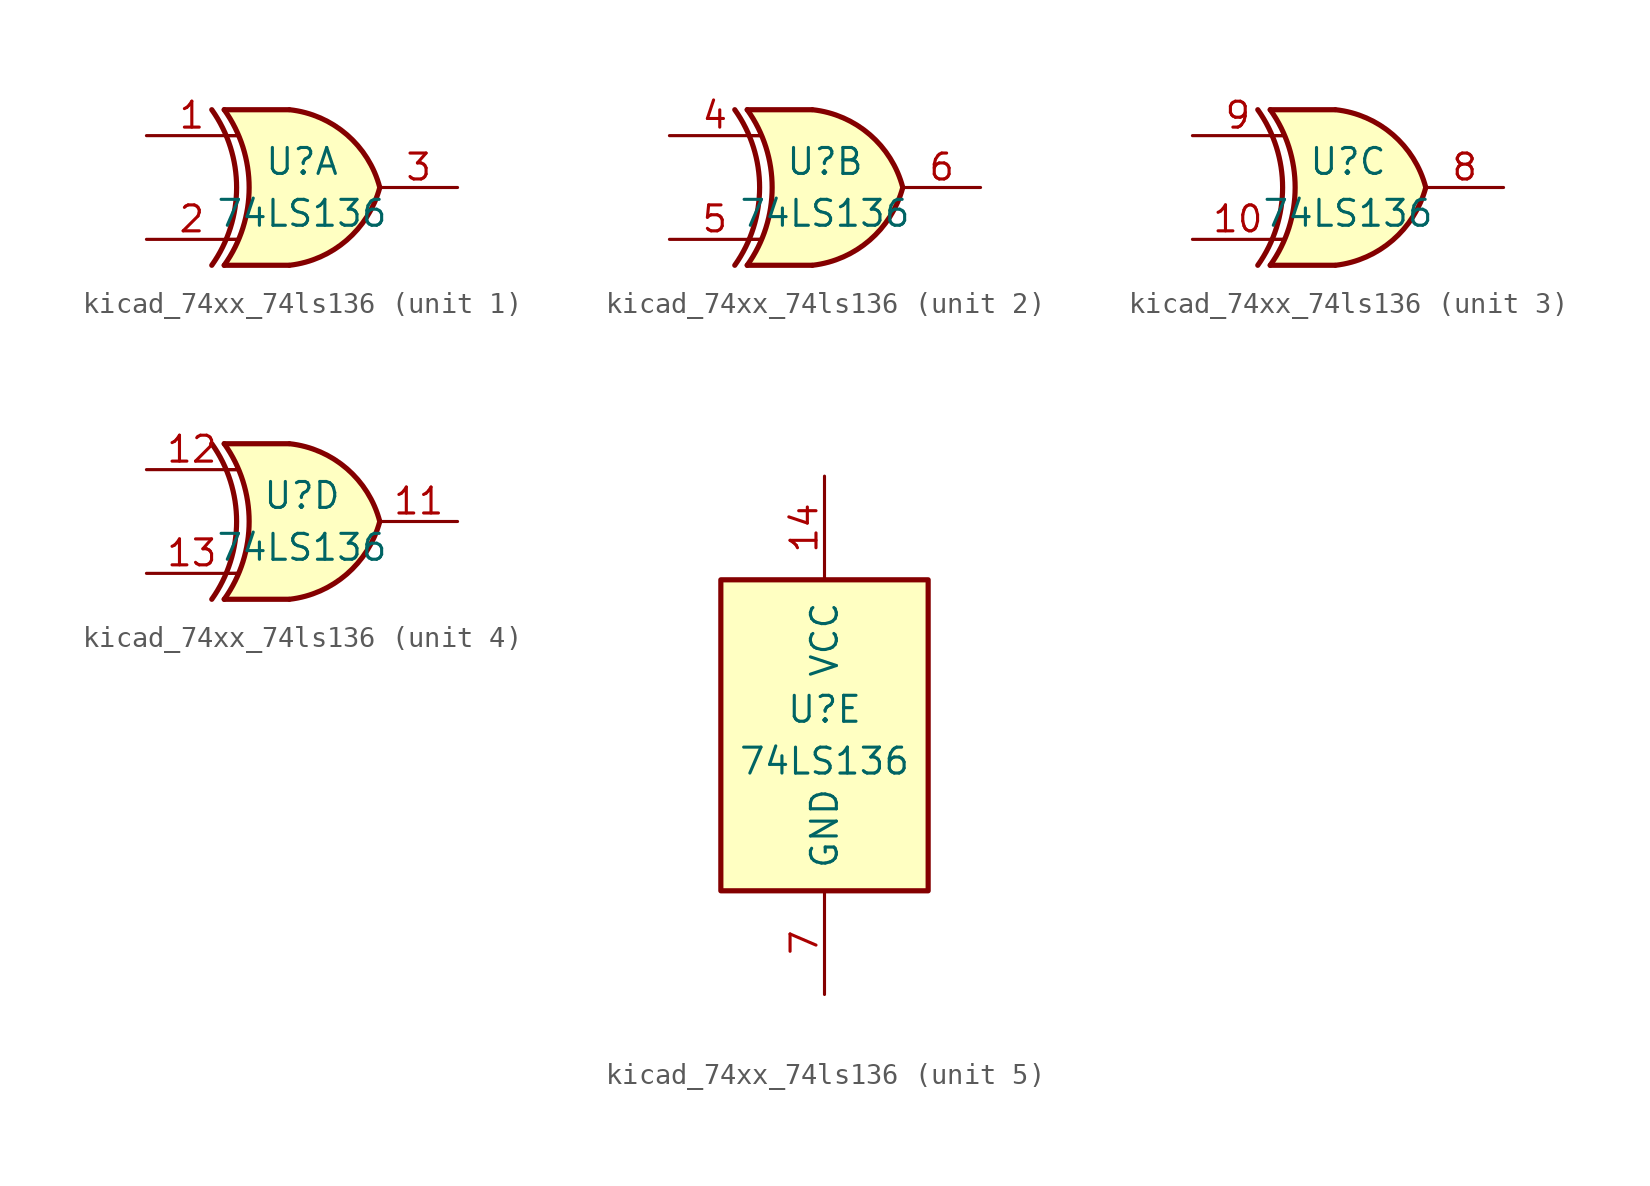
<source format=kicad_sym>
(kicad_symbol_lib
  (version 20220914)
  (generator kicad_symbol_editor)
  (symbol "kicad_74xx_74ls136"
    (pin_names
      (offset 1.016))
    (property "Reference" "U"
      (at 0 1.27 0)
      (effects (font (size 1.27 1.27))))
    (property "Value" "74LS136"
      (at 0 -1.27 0)
      (effects (font (size 1.27 1.27))))
    (property "ki_locked" ""
      (at 0 0 0)
      (effects (font (size 1.27 1.27))))
    (symbol "kicad_74xx_74ls136_1_0"
      (arc (start -4.4196 -3.81) (mid -3.2033 0) (end -4.4196 3.81) (stroke (width 0.254) (type default)) (fill (type none)))
      (arc (start -3.81 -3.81) (mid -2.589 0) (end -3.81 3.81) (stroke (width 0.254) (type default)) (fill (type none)))
      (arc (start -0.6096 -3.81) (mid 2.1842 -2.5851) (end 3.81 0) (stroke (width 0.254) (type default)) (fill (type background)))
      (polyline (pts (xy -3.81 -3.81) (xy -0.635 -3.81)) (stroke (width 0.254) (type default)) (fill (type background)))
      (polyline (pts (xy -3.81 3.81) (xy -0.635 3.81)) (stroke (width 0.254) (type default)) (fill (type background)))
      (polyline (pts (xy -0.635 3.81) (xy -3.81 3.81) (xy -3.81 3.81) (xy -3.556 3.404) (xy -3.023 2.261) (xy -2.692 1.041) (xy -2.616 -0.254) (xy -2.769 -1.499) (xy -3.175 -2.718) (xy -3.81 -3.81) (xy -3.81 -3.81) (xy -0.635 -3.81)) (stroke (width -25.4) (type default)) (fill (type background)))
      (arc (start 3.81 0) (mid 2.1915 2.5936) (end -0.6096 3.81) (stroke (width 0.254) (type default)) (fill (type background)))
      (pin input line (at -7.62 2.54 0) (length 4.445) (name "~" (effects (font (size 1.27 1.27)))) (number "1" (effects (font (size 1.27 1.27)))))
      (pin input line (at -7.62 -2.54 0) (length 4.445) (name "~" (effects (font (size 1.27 1.27)))) (number "2" (effects (font (size 1.27 1.27)))))
      (pin open_collector line (at 7.62 0 180) (length 3.81) (name "~" (effects (font (size 1.27 1.27)))) (number "3" (effects (font (size 1.27 1.27))))))
    (symbol "kicad_74xx_74ls136_1_1"
      (polyline (pts (xy -3.81 -2.54) (xy -3.175 -2.54)) (stroke (width 0.152) (type default)) (fill (type none)))
      (polyline (pts (xy -3.81 2.54) (xy -3.175 2.54)) (stroke (width 0.152) (type default)) (fill (type none))))
    (symbol "kicad_74xx_74ls136_2_0"
      (arc (start -4.4196 -3.81) (mid -3.2033 0) (end -4.4196 3.81) (stroke (width 0.254) (type default)) (fill (type none)))
      (arc (start -3.81 -3.81) (mid -2.589 0) (end -3.81 3.81) (stroke (width 0.254) (type default)) (fill (type none)))
      (arc (start -0.6096 -3.81) (mid 2.1842 -2.5851) (end 3.81 0) (stroke (width 0.254) (type default)) (fill (type background)))
      (polyline (pts (xy -3.81 -3.81) (xy -0.635 -3.81)) (stroke (width 0.254) (type default)) (fill (type background)))
      (polyline (pts (xy -3.81 3.81) (xy -0.635 3.81)) (stroke (width 0.254) (type default)) (fill (type background)))
      (polyline (pts (xy -0.635 3.81) (xy -3.81 3.81) (xy -3.81 3.81) (xy -3.556 3.404) (xy -3.023 2.261) (xy -2.692 1.041) (xy -2.616 -0.254) (xy -2.769 -1.499) (xy -3.175 -2.718) (xy -3.81 -3.81) (xy -3.81 -3.81) (xy -0.635 -3.81)) (stroke (width -25.4) (type default)) (fill (type background)))
      (arc (start 3.81 0) (mid 2.1915 2.5936) (end -0.6096 3.81) (stroke (width 0.254) (type default)) (fill (type background)))
      (pin input line (at -7.62 2.54 0) (length 4.445) (name "~" (effects (font (size 1.27 1.27)))) (number "4" (effects (font (size 1.27 1.27)))))
      (pin input line (at -7.62 -2.54 0) (length 4.445) (name "~" (effects (font (size 1.27 1.27)))) (number "5" (effects (font (size 1.27 1.27)))))
      (pin open_collector line (at 7.62 0 180) (length 3.81) (name "~" (effects (font (size 1.27 1.27)))) (number "6" (effects (font (size 1.27 1.27))))))
    (symbol "kicad_74xx_74ls136_2_1"
      (polyline (pts (xy -3.81 -2.54) (xy -3.175 -2.54)) (stroke (width 0.152) (type default)) (fill (type none)))
      (polyline (pts (xy -3.81 2.54) (xy -3.175 2.54)) (stroke (width 0.152) (type default)) (fill (type none))))
    (symbol "kicad_74xx_74ls136_3_0"
      (arc (start -4.4196 -3.81) (mid -3.2033 0) (end -4.4196 3.81) (stroke (width 0.254) (type default)) (fill (type none)))
      (arc (start -3.81 -3.81) (mid -2.589 0) (end -3.81 3.81) (stroke (width 0.254) (type default)) (fill (type none)))
      (arc (start -0.6096 -3.81) (mid 2.1842 -2.5851) (end 3.81 0) (stroke (width 0.254) (type default)) (fill (type background)))
      (polyline (pts (xy -3.81 -3.81) (xy -0.635 -3.81)) (stroke (width 0.254) (type default)) (fill (type background)))
      (polyline (pts (xy -3.81 3.81) (xy -0.635 3.81)) (stroke (width 0.254) (type default)) (fill (type background)))
      (polyline (pts (xy -0.635 3.81) (xy -3.81 3.81) (xy -3.81 3.81) (xy -3.556 3.404) (xy -3.023 2.261) (xy -2.692 1.041) (xy -2.616 -0.254) (xy -2.769 -1.499) (xy -3.175 -2.718) (xy -3.81 -3.81) (xy -3.81 -3.81) (xy -0.635 -3.81)) (stroke (width -25.4) (type default)) (fill (type background)))
      (arc (start 3.81 0) (mid 2.1915 2.5936) (end -0.6096 3.81) (stroke (width 0.254) (type default)) (fill (type background)))
      (pin input line (at -7.62 -2.54 0) (length 4.445) (name "~" (effects (font (size 1.27 1.27)))) (number "10" (effects (font (size 1.27 1.27)))))
      (pin open_collector line (at 7.62 0 180) (length 3.81) (name "~" (effects (font (size 1.27 1.27)))) (number "8" (effects (font (size 1.27 1.27)))))
      (pin input line (at -7.62 2.54 0) (length 4.445) (name "~" (effects (font (size 1.27 1.27)))) (number "9" (effects (font (size 1.27 1.27))))))
    (symbol "kicad_74xx_74ls136_3_1"
      (polyline (pts (xy -3.81 -2.54) (xy -3.175 -2.54)) (stroke (width 0.152) (type default)) (fill (type none)))
      (polyline (pts (xy -3.81 2.54) (xy -3.175 2.54)) (stroke (width 0.152) (type default)) (fill (type none))))
    (symbol "kicad_74xx_74ls136_4_0"
      (arc (start -4.4196 -3.81) (mid -3.2033 0) (end -4.4196 3.81) (stroke (width 0.254) (type default)) (fill (type none)))
      (arc (start -3.81 -3.81) (mid -2.589 0) (end -3.81 3.81) (stroke (width 0.254) (type default)) (fill (type none)))
      (arc (start -0.6096 -3.81) (mid 2.1842 -2.5851) (end 3.81 0) (stroke (width 0.254) (type default)) (fill (type background)))
      (polyline (pts (xy -3.81 -3.81) (xy -0.635 -3.81)) (stroke (width 0.254) (type default)) (fill (type background)))
      (polyline (pts (xy -3.81 3.81) (xy -0.635 3.81)) (stroke (width 0.254) (type default)) (fill (type background)))
      (polyline (pts (xy -0.635 3.81) (xy -3.81 3.81) (xy -3.81 3.81) (xy -3.556 3.404) (xy -3.023 2.261) (xy -2.692 1.041) (xy -2.616 -0.254) (xy -2.769 -1.499) (xy -3.175 -2.718) (xy -3.81 -3.81) (xy -3.81 -3.81) (xy -0.635 -3.81)) (stroke (width -25.4) (type default)) (fill (type background)))
      (arc (start 3.81 0) (mid 2.1915 2.5936) (end -0.6096 3.81) (stroke (width 0.254) (type default)) (fill (type background)))
      (pin open_collector line (at 7.62 0 180) (length 3.81) (name "~" (effects (font (size 1.27 1.27)))) (number "11" (effects (font (size 1.27 1.27)))))
      (pin input line (at -7.62 2.54 0) (length 4.445) (name "~" (effects (font (size 1.27 1.27)))) (number "12" (effects (font (size 1.27 1.27)))))
      (pin input line (at -7.62 -2.54 0) (length 4.445) (name "~" (effects (font (size 1.27 1.27)))) (number "13" (effects (font (size 1.27 1.27))))))
    (symbol "kicad_74xx_74ls136_4_1"
      (polyline (pts (xy -3.81 -2.54) (xy -3.175 -2.54)) (stroke (width 0.152) (type default)) (fill (type none)))
      (polyline (pts (xy -3.81 2.54) (xy -3.175 2.54)) (stroke (width 0.152) (type default)) (fill (type none))))
    (symbol "kicad_74xx_74ls136_5_0"
      (pin power_in line (at 0 12.7 270) (length 5.08) (name "VCC" (effects (font (size 1.27 1.27)))) (number "14" (effects (font (size 1.27 1.27)))))
      (pin power_in line (at 0 -12.7 90) (length 5.08) (name "GND" (effects (font (size 1.27 1.27)))) (number "7" (effects (font (size 1.27 1.27))))))
    (symbol "kicad_74xx_74ls136_5_1"
      (rectangle (start -5.08 7.62) (end 5.08 -7.62) (stroke (width 0.254) (type default)) (fill (type background))))))
</source>
